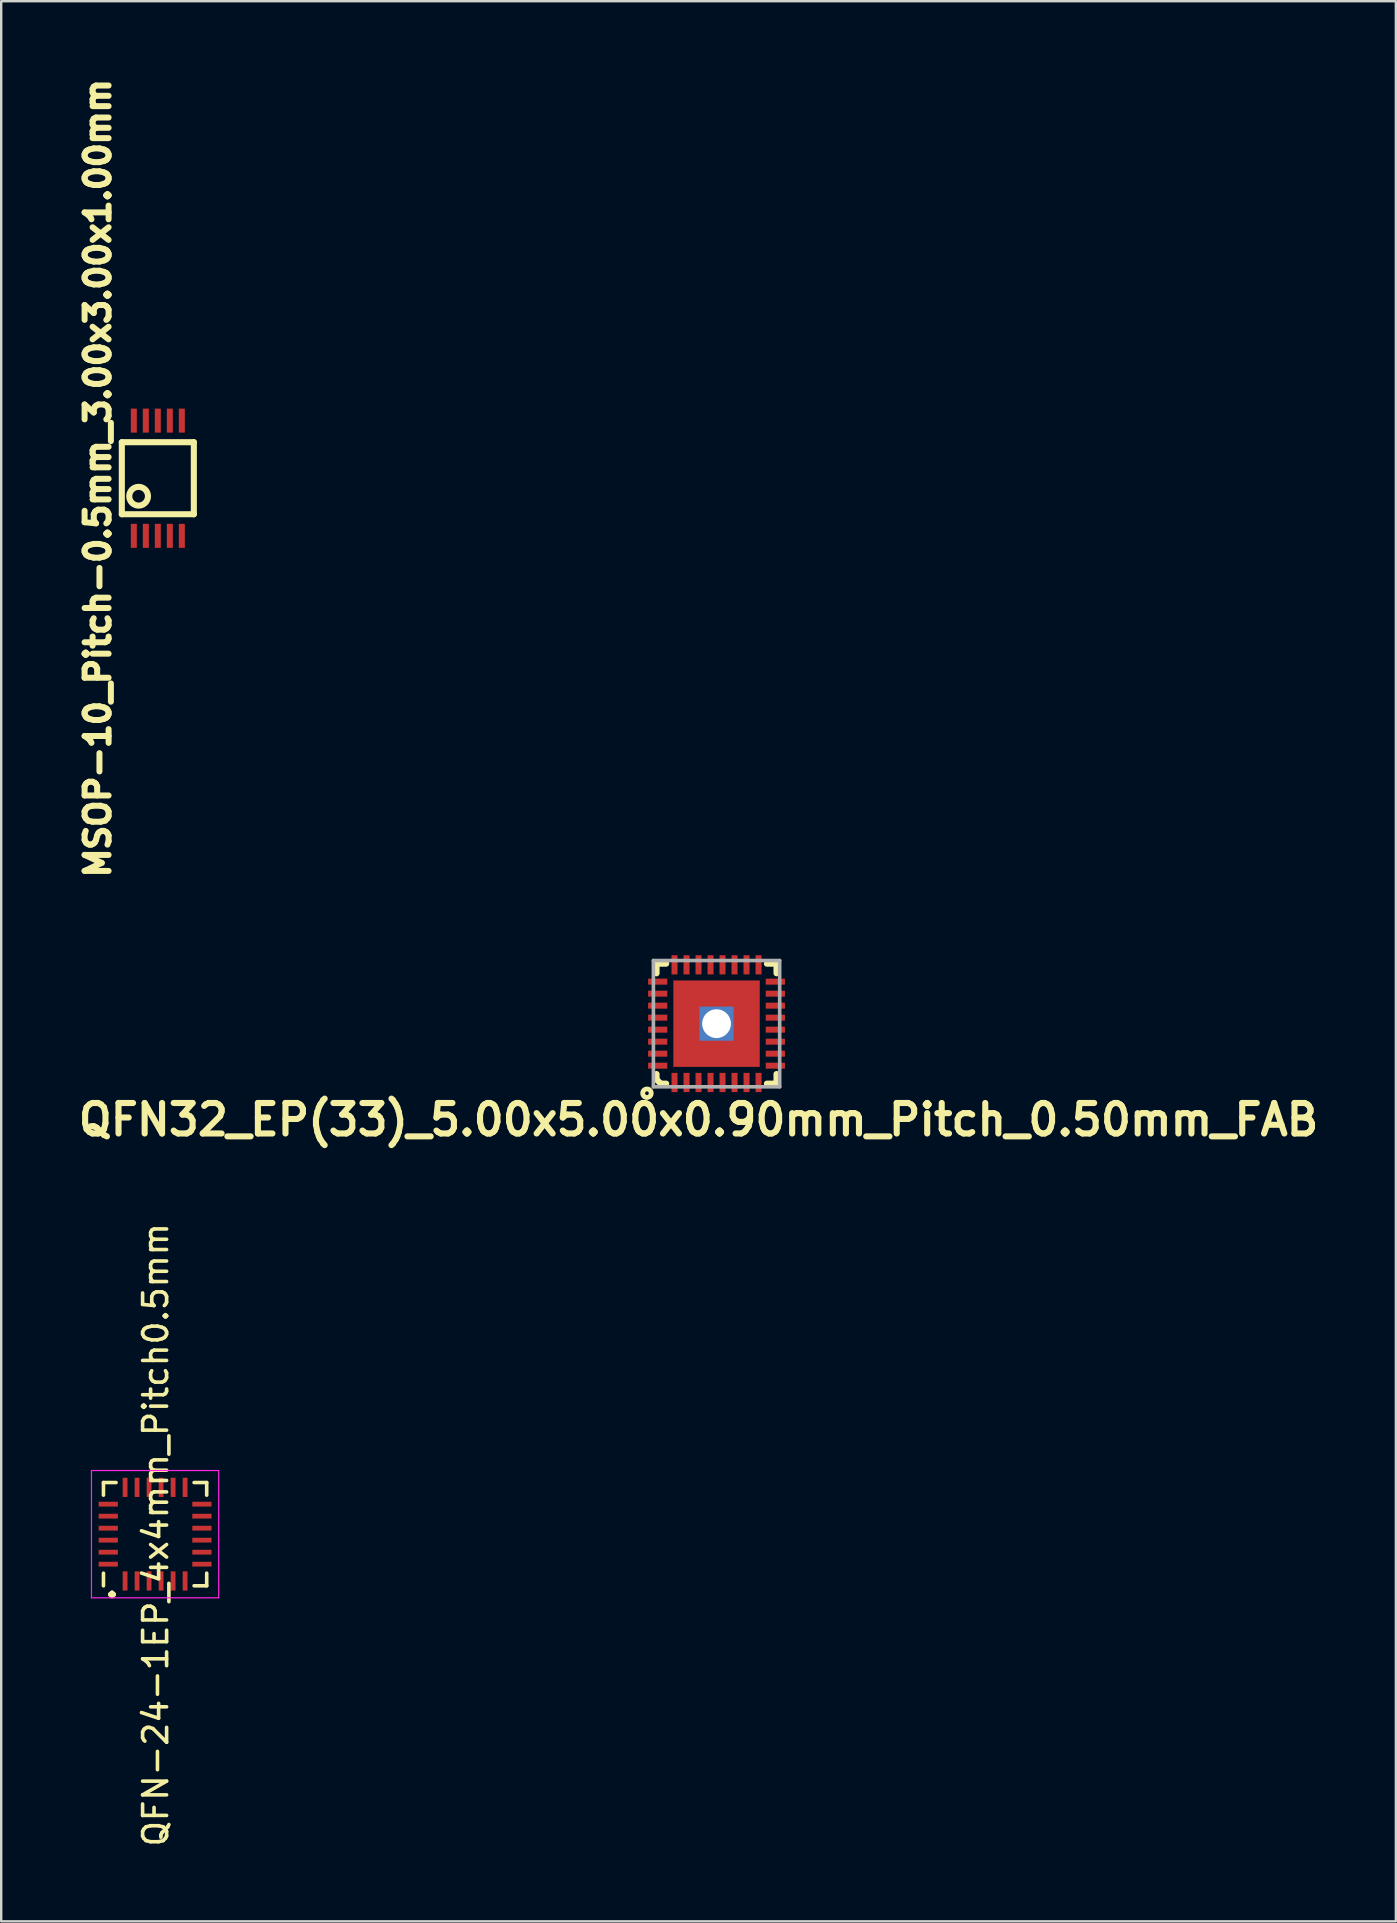
<source format=kicad_pcb>
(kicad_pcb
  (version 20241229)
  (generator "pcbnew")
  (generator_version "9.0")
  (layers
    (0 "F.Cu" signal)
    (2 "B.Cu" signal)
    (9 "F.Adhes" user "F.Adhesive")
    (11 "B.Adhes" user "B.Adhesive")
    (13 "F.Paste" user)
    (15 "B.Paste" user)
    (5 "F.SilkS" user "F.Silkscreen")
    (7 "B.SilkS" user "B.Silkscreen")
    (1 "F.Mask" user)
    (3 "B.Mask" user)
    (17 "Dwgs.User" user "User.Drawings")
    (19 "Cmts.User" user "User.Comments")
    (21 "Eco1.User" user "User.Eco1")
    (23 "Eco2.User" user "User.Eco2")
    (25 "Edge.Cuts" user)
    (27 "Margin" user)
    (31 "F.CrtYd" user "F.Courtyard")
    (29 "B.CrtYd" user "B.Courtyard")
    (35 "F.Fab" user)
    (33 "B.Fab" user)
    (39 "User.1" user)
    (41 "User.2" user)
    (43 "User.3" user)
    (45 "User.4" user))
  (footprint "MSOP-10_Pitch-0.5mm_3.00x3.00x1.00mm"
    (layer "F.Cu")
    (at 3.524 16.87)
    (property "Reference" "MSOP-10_Pitch-0.5mm_3.00x3.00x1.00mm" (at -2.5 0 90) (layer "F.SilkS") (effects (font (size 1 1) (thickness 0.25))))
    (attr through_hole)
    (fp_line (start -1.5 -1.5) (end -1.5 1.5) (stroke (width 0.254) (type solid)) (layer "F.SilkS"))
    (fp_line (start 1.5 -1.5) (end -1.5 -1.5) (stroke (width 0.254) (type solid)) (layer "F.SilkS"))
    (fp_line (start 1.5 1.5) (end -1.5 1.5) (stroke (width 0.254) (type solid)) (layer "F.SilkS"))
    (fp_line (start 1.5 1.5) (end 1.5 -1.5) (stroke (width 0.254) (type solid)) (layer "F.SilkS"))
    (fp_circle (center -0.8 0.75) (end -0.5 1) (stroke (width 0.254) (type solid)) (fill no) (layer "F.SilkS"))
    (pad "1" smd rect (at -1 2.4) (size 0.25 1) (layers "F.Cu" "F.Mask" "F.Paste"))
    (pad "2" smd rect (at -0.5 2.4) (size 0.25 1) (layers "F.Cu" "F.Mask" "F.Paste"))
    (pad "3" smd rect (at 0 2.4) (size 0.25 1) (layers "F.Cu" "F.Mask" "F.Paste"))
    (pad "4" smd rect (at 0.5 2.4) (size 0.25 1) (layers "F.Cu" "F.Mask" "F.Paste"))
    (pad "5" smd rect (at 1 2.4) (size 0.25 1) (layers "F.Cu" "F.Mask" "F.Paste"))
    (pad "6" smd rect (at 1 -2.4) (size 0.25 1) (layers "F.Cu" "F.Mask" "F.Paste"))
    (pad "7" smd rect (at 0.5 -2.4) (size 0.25 1) (layers "F.Cu" "F.Mask" "F.Paste"))
    (pad "8" smd rect (at 0 -2.4) (size 0.25 1) (layers "F.Cu" "F.Mask" "F.Paste"))
    (pad "9" smd rect (at -0.5 -2.4) (size 0.25 1) (layers "F.Cu" "F.Mask" "F.Paste"))
    (pad "10" smd rect (at -1 -2.4) (size 0.25 1) (layers "F.Cu" "F.Mask" "F.Paste")))
  (footprint "QFN-24-1EP_4x4mm_Pitch0.5mm"
    (layer "F.Cu")
    (at 3.41 60.855)
    (property "Reference" "QFN-24-1EP_4x4mm_Pitch0.5mm" (at 0.025 0.025 90) (layer "F.SilkS") (effects (font (size 1 1) (thickness 0.15))))
    (attr smd)
    (fp_line (start -2.15 -2.15) (end -2.15 -1.625) (stroke (width 0.15) (type solid)) (layer "F.SilkS"))
    (fp_line (start -2.15 -2.15) (end -1.625 -2.15) (stroke (width 0.15) (type solid)) (layer "F.SilkS"))
    (fp_line (start -2.15 2.15) (end -2.15 1.625) (stroke (width 0.15) (type solid)) (layer "F.SilkS"))
    (fp_line (start 2.15 -2.15) (end 1.625 -2.15) (stroke (width 0.15) (type solid)) (layer "F.SilkS"))
    (fp_line (start 2.15 -2.15) (end 2.15 -1.625) (stroke (width 0.15) (type solid)) (layer "F.SilkS"))
    (fp_line (start 2.15 2.15) (end 1.625 2.15) (stroke (width 0.15) (type solid)) (layer "F.SilkS"))
    (fp_line (start 2.15 2.15) (end 2.15 1.625) (stroke (width 0.15) (type solid)) (layer "F.SilkS"))
    (fp_line (start -2.65 -2.65) (end 2.65 -2.65) (stroke (width 0.05) (type solid)) (layer "F.CrtYd"))
    (fp_line (start -2.65 2.65) (end -2.65 -2.65) (stroke (width 0.05) (type solid)) (layer "F.CrtYd"))
    (fp_line (start -2.65 2.65) (end 2.65 2.65) (stroke (width 0.05) (type solid)) (layer "F.CrtYd"))
    (fp_line (start 2.65 2.65) (end 2.65 -2.65) (stroke (width 0.05) (type solid)) (layer "F.CrtYd"))
    (fp_text user "." (at -2.31 2.51 90) (layer "F.SilkS") (effects (font (size 1.27 1.27) (thickness 0.203))))
    (pad "1" smd rect (at -1.25 1.95 90) (size 0.8 0.2) (layers "F.Cu" "F.Mask" "F.Paste"))
    (pad "2" smd rect (at -0.75 1.95 90) (size 0.8 0.2) (layers "F.Cu" "F.Mask" "F.Paste"))
    (pad "3" smd rect (at -0.25 1.95 90) (size 0.8 0.2) (layers "F.Cu" "F.Mask" "F.Paste"))
    (pad "4" smd rect (at 0.25 1.95 90) (size 0.8 0.2) (layers "F.Cu" "F.Mask" "F.Paste"))
    (pad "5" smd rect (at 0.75 1.95 90) (size 0.8 0.2) (layers "F.Cu" "F.Mask" "F.Paste"))
    (pad "6" smd rect (at 1.25 1.95 90) (size 0.8 0.2) (layers "F.Cu" "F.Mask" "F.Paste"))
    (pad "7" smd rect (at 1.95 1.25 180) (size 0.8 0.2) (layers "F.Cu" "F.Mask" "F.Paste"))
    (pad "8" smd rect (at 1.95 0.75 180) (size 0.8 0.2) (layers "F.Cu" "F.Mask" "F.Paste"))
    (pad "9" smd rect (at 1.95 0.25 180) (size 0.8 0.2) (layers "F.Cu" "F.Mask" "F.Paste"))
    (pad "10" smd rect (at 1.95 -0.25 180) (size 0.8 0.2) (layers "F.Cu" "F.Mask" "F.Paste"))
    (pad "11" smd rect (at 1.95 -0.75 180) (size 0.8 0.2) (layers "F.Cu" "F.Mask" "F.Paste"))
    (pad "12" smd rect (at 1.95 -1.25 180) (size 0.8 0.2) (layers "F.Cu" "F.Mask" "F.Paste"))
    (pad "13" smd rect (at 1.25 -1.95 90) (size 0.8 0.2) (layers "F.Cu" "F.Mask" "F.Paste"))
    (pad "14" smd rect (at 0.75 -1.95 90) (size 0.8 0.2) (layers "F.Cu" "F.Mask" "F.Paste"))
    (pad "15" smd rect (at 0.25 -1.95 90) (size 0.8 0.2) (layers "F.Cu" "F.Mask" "F.Paste"))
    (pad "16" smd rect (at -0.25 -1.95 90) (size 0.8 0.2) (layers "F.Cu" "F.Mask" "F.Paste"))
    (pad "17" smd rect (at -0.75 -1.95 90) (size 0.8 0.2) (layers "F.Cu" "F.Mask" "F.Paste"))
    (pad "18" smd rect (at -1.25 -1.95 90) (size 0.8 0.2) (layers "F.Cu" "F.Mask" "F.Paste"))
    (pad "19" smd rect (at -1.95 -1.25 180) (size 0.8 0.2) (layers "F.Cu" "F.Mask" "F.Paste"))
    (pad "20" smd rect (at -1.95 -0.75 180) (size 0.8 0.2) (layers "F.Cu" "F.Mask" "F.Paste"))
    (pad "21" smd rect (at -1.95 -0.25 180) (size 0.8 0.2) (layers "F.Cu" "F.Mask" "F.Paste"))
    (pad "22" smd rect (at -1.95 0.25 180) (size 0.8 0.2) (layers "F.Cu" "F.Mask" "F.Paste"))
    (pad "23" smd rect (at -1.95 0.75 180) (size 0.8 0.2) (layers "F.Cu" "F.Mask" "F.Paste"))
    (pad "24" smd rect (at -1.95 1.25 180) (size 0.8 0.2) (layers "F.Cu" "F.Mask" "F.Paste")))
  (footprint "QFN32_EP(33)_5.00x5.00x0.90mm_Pitch_0.50mm_FAB"
    (layer "F.Cu")
    (at 26.797 39.59)
    (property "Reference" "QFN32_EP(33)_5.00x5.00x0.90mm_Pitch_0.50mm_FAB" (at -0.75 4 0) (layer "F.SilkS") (effects (font (size 1.27 1.27) (thickness 0.254))))
    (attr smd)
    (fp_line (start -2.499 -2.499) (end -2.499 -2.098) (stroke (width 0.254) (type solid)) (layer "F.SilkS"))
    (fp_line (start -2.499 2.098) (end -2.499 2.324) (stroke (width 0.254) (type solid)) (layer "F.SilkS"))
    (fp_line (start -2.499 2.324) (end -2.324 2.499) (stroke (width 0.254) (type solid)) (layer "F.SilkS"))
    (fp_line (start -2.324 2.499) (end -2.098 2.499) (stroke (width 0.254) (type solid)) (layer "F.SilkS"))
    (fp_line (start -2.098 -2.499) (end -2.499 -2.499) (stroke (width 0.254) (type solid)) (layer "F.SilkS"))
    (fp_line (start 2.098 2.499) (end 2.499 2.499) (stroke (width 0.254) (type solid)) (layer "F.SilkS"))
    (fp_line (start 2.499 -2.499) (end 2.098 -2.499) (stroke (width 0.254) (type solid)) (layer "F.SilkS"))
    (fp_line (start 2.499 -2.098) (end 2.499 -2.499) (stroke (width 0.254) (type solid)) (layer "F.SilkS"))
    (fp_line (start 2.499 2.499) (end 2.499 2.098) (stroke (width 0.254) (type solid)) (layer "F.SilkS"))
    (fp_circle (center -2.898 2.898) (end -3.023 3.023) (stroke (width 0.2) (type solid)) (fill no) (layer "F.SilkS"))
    (fp_line (start -1.6 -1.6) (end -1.6 -0.8) (stroke (width 0.2) (type solid)) (layer "F.Paste"))
    (fp_line (start -1.6 -0.8) (end -0.8 -0.8) (stroke (width 0.2) (type solid)) (layer "F.Paste"))
    (fp_line (start -1.6 -0.2) (end -0.8 -0.2) (stroke (width 0.2) (type solid)) (layer "F.Paste"))
    (fp_line (start -1.6 -0.1) (end -0.8 -0.1) (stroke (width 0.2) (type solid)) (layer "F.Paste"))
    (fp_line (start -1.6 0) (end -0.8 0) (stroke (width 0.2) (type solid)) (layer "F.Paste"))
    (fp_line (start -1.6 0.1) (end -0.8 0.1) (stroke (width 0.2) (type solid)) (layer "F.Paste"))
    (fp_line (start -1.6 0.2) (end -1.6 -0.2) (stroke (width 0.2) (type solid)) (layer "F.Paste"))
    (fp_line (start -1.6 0.8) (end -1.6 1.6) (stroke (width 0.2) (type solid)) (layer "F.Paste"))
    (fp_line (start -1.6 1.6) (end -0.8 1.6) (stroke (width 0.2) (type solid)) (layer "F.Paste"))
    (fp_line (start -1.5 -1.6) (end -1.5 -0.8) (stroke (width 0.2) (type solid)) (layer "F.Paste"))
    (fp_line (start -1.5 0.8) (end -1.5 1.6) (stroke (width 0.2) (type solid)) (layer "F.Paste"))
    (fp_line (start -1.4 -1.6) (end -1.4 -0.8) (stroke (width 0.2) (type solid)) (layer "F.Paste"))
    (fp_line (start -1.4 0.8) (end -1.4 1.6) (stroke (width 0.2) (type solid)) (layer "F.Paste"))
    (fp_line (start -1.3 -1.6) (end -1.3 -0.8) (stroke (width 0.2) (type solid)) (layer "F.Paste"))
    (fp_line (start -1.3 0.8) (end -1.3 1.6) (stroke (width 0.2) (type solid)) (layer "F.Paste"))
    (fp_line (start -1.2 -1.6) (end -1.2 -0.8) (stroke (width 0.2) (type solid)) (layer "F.Paste"))
    (fp_line (start -1.2 0.8) (end -1.2 1.6) (stroke (width 0.2) (type solid)) (layer "F.Paste"))
    (fp_line (start -1.1 -1.6) (end -1.1 -0.8) (stroke (width 0.2) (type solid)) (layer "F.Paste"))
    (fp_line (start -1.1 0.8) (end -1.1 1.6) (stroke (width 0.2) (type solid)) (layer "F.Paste"))
    (fp_line (start -1 -1.6) (end -1 -0.8) (stroke (width 0.2) (type solid)) (layer "F.Paste"))
    (fp_line (start -1 0.8) (end -1 1.6) (stroke (width 0.2) (type solid)) (layer "F.Paste"))
    (fp_line (start -0.9 -1.6) (end -0.9 -0.8) (stroke (width 0.2) (type solid)) (layer "F.Paste"))
    (fp_line (start -0.9 0.8) (end -0.9 1.6) (stroke (width 0.2) (type solid)) (layer "F.Paste"))
    (fp_line (start -0.8 -1.6) (end -1.6 -1.6) (stroke (width 0.2) (type solid)) (layer "F.Paste"))
    (fp_line (start -0.8 -0.8) (end -0.8 -1.6) (stroke (width 0.2) (type solid)) (layer "F.Paste"))
    (fp_line (start -0.8 -0.2) (end -0.8 0.2) (stroke (width 0.2) (type solid)) (layer "F.Paste"))
    (fp_line (start -0.8 0.2) (end -1.6 0.2) (stroke (width 0.2) (type solid)) (layer "F.Paste"))
    (fp_line (start -0.8 0.8) (end -1.6 0.8) (stroke (width 0.2) (type solid)) (layer "F.Paste"))
    (fp_line (start -0.8 1.6) (end -0.8 0.8) (stroke (width 0.2) (type solid)) (layer "F.Paste"))
    (fp_line (start -0.2 -1.6) (end -0.2 -0.8) (stroke (width 0.2) (type solid)) (layer "F.Paste"))
    (fp_line (start -0.2 -0.8) (end 0.2 -0.8) (stroke (width 0.2) (type solid)) (layer "F.Paste"))
    (fp_line (start -0.2 0.8) (end -0.2 1.6) (stroke (width 0.2) (type solid)) (layer "F.Paste"))
    (fp_line (start -0.2 1.6) (end 0.2 1.6) (stroke (width 0.2) (type solid)) (layer "F.Paste"))
    (fp_line (start -0.1 -1.6) (end -0.1 -0.8) (stroke (width 0.2) (type solid)) (layer "F.Paste"))
    (fp_line (start -0.1 0.8) (end -0.1 1.6) (stroke (width 0.2) (type solid)) (layer "F.Paste"))
    (fp_line (start 0 -0.8) (end 0 -1.6) (stroke (width 0.2) (type solid)) (layer "F.Paste"))
    (fp_line (start 0 1.6) (end 0 0.8) (stroke (width 0.2) (type solid)) (layer "F.Paste"))
    (fp_line (start 0.1 -1.6) (end 0.1 -0.8) (stroke (width 0.2) (type solid)) (layer "F.Paste"))
    (fp_line (start 0.1 0.8) (end 0.1 1.6) (stroke (width 0.2) (type solid)) (layer "F.Paste"))
    (fp_line (start 0.2 -1.6) (end -0.2 -1.6) (stroke (width 0.2) (type solid)) (layer "F.Paste"))
    (fp_line (start 0.2 -0.8) (end 0.2 -1.6) (stroke (width 0.2) (type solid)) (layer "F.Paste"))
    (fp_line (start 0.2 0.8) (end -0.2 0.8) (stroke (width 0.2) (type solid)) (layer "F.Paste"))
    (fp_line (start 0.2 1.6) (end 0.2 0.8) (stroke (width 0.2) (type solid)) (layer "F.Paste"))
    (fp_line (start 0.8 -1.6) (end 0.8 -0.8) (stroke (width 0.2) (type solid)) (layer "F.Paste"))
    (fp_line (start 0.8 -0.8) (end 1.6 -0.8) (stroke (width 0.2) (type solid)) (layer "F.Paste"))
    (fp_line (start 0.8 -0.2) (end 1.6 -0.2) (stroke (width 0.2) (type solid)) (layer "F.Paste"))
    (fp_line (start 0.8 -0.1) (end 1.6 -0.1) (stroke (width 0.2) (type solid)) (layer "F.Paste"))
    (fp_line (start 0.8 0) (end 1.6 0) (stroke (width 0.2) (type solid)) (layer "F.Paste"))
    (fp_line (start 0.8 0.1) (end 1.6 0.1) (stroke (width 0.2) (type solid)) (layer "F.Paste"))
    (fp_line (start 0.8 0.2) (end 0.8 -0.2) (stroke (width 0.2) (type solid)) (layer "F.Paste"))
    (fp_line (start 0.8 0.8) (end 0.8 1.6) (stroke (width 0.2) (type solid)) (layer "F.Paste"))
    (fp_line (start 0.8 1.6) (end 1.6 1.6) (stroke (width 0.2) (type solid)) (layer "F.Paste"))
    (fp_line (start 0.9 -1.6) (end 0.9 -0.8) (stroke (width 0.2) (type solid)) (layer "F.Paste"))
    (fp_line (start 0.9 0.8) (end 0.9 1.6) (stroke (width 0.2) (type solid)) (layer "F.Paste"))
    (fp_line (start 1 -1.6) (end 1 -0.8) (stroke (width 0.2) (type solid)) (layer "F.Paste"))
    (fp_line (start 1 0.8) (end 1 1.6) (stroke (width 0.2) (type solid)) (layer "F.Paste"))
    (fp_line (start 1.1 -1.6) (end 1.1 -0.8) (stroke (width 0.2) (type solid)) (layer "F.Paste"))
    (fp_line (start 1.1 0.8) (end 1.1 1.6) (stroke (width 0.2) (type solid)) (layer "F.Paste"))
    (fp_line (start 1.2 -1.6) (end 1.2 -0.8) (stroke (width 0.2) (type solid)) (layer "F.Paste"))
    (fp_line (start 1.2 0.8) (end 1.2 1.6) (stroke (width 0.2) (type solid)) (layer "F.Paste"))
    (fp_line (start 1.3 -1.6) (end 1.3 -0.8) (stroke (width 0.2) (type solid)) (layer "F.Paste"))
    (fp_line (start 1.3 0.8) (end 1.3 1.6) (stroke (width 0.2) (type solid)) (layer "F.Paste"))
    (fp_line (start 1.4 -1.6) (end 1.4 -0.8) (stroke (width 0.2) (type solid)) (layer "F.Paste"))
    (fp_line (start 1.4 0.8) (end 1.4 1.6) (stroke (width 0.2) (type solid)) (layer "F.Paste"))
    (fp_line (start 1.5 -1.6) (end 1.5 -0.8) (stroke (width 0.2) (type solid)) (layer "F.Paste"))
    (fp_line (start 1.5 0.8) (end 1.5 1.6) (stroke (width 0.2) (type solid)) (layer "F.Paste"))
    (fp_line (start 1.6 -1.6) (end 0.8 -1.6) (stroke (width 0.2) (type solid)) (layer "F.Paste"))
    (fp_line (start 1.6 -0.8) (end 1.6 -1.6) (stroke (width 0.2) (type solid)) (layer "F.Paste"))
    (fp_line (start 1.6 -0.2) (end 1.6 0.2) (stroke (width 0.2) (type solid)) (layer "F.Paste"))
    (fp_line (start 1.6 0.2) (end 0.8 0.2) (stroke (width 0.2) (type solid)) (layer "F.Paste"))
    (fp_line (start 1.6 0.8) (end 0.8 0.8) (stroke (width 0.2) (type solid)) (layer "F.Paste"))
    (fp_line (start 1.6 1.6) (end 1.6 0.8) (stroke (width 0.2) (type solid)) (layer "F.Paste"))
    (fp_line (start -2.63 -2.63) (end 2.63 -2.63) (stroke (width 0.15) (type solid)) (layer "F.Fab"))
    (fp_line (start -2.63 2.63) (end -2.63 -2.63) (stroke (width 0.15) (type solid)) (layer "F.Fab"))
    (fp_line (start 2.63 -2.63) (end 2.63 2.63) (stroke (width 0.15) (type solid)) (layer "F.Fab"))
    (fp_line (start 2.63 2.63) (end -2.63 2.63) (stroke (width 0.15) (type solid)) (layer "F.Fab"))
    (pad "1" smd rect (at -1.75 2.45 90) (size 0.8 0.25) (layers "F.Cu" "F.Mask" "F.Paste"))
    (pad "2" smd rect (at -1.25 2.45 90) (size 0.8 0.25) (layers "F.Cu" "F.Mask" "F.Paste"))
    (pad "3" smd rect (at -0.75 2.45 90) (size 0.8 0.25) (layers "F.Cu" "F.Mask" "F.Paste"))
    (pad "4" smd rect (at -0.25 2.45 90) (size 0.8 0.25) (layers "F.Cu" "F.Mask" "F.Paste"))
    (pad "5" smd rect (at 0.25 2.45 90) (size 0.8 0.25) (layers "F.Cu" "F.Mask" "F.Paste"))
    (pad "6" smd rect (at 0.75 2.45 90) (size 0.8 0.25) (layers "F.Cu" "F.Mask" "F.Paste"))
    (pad "7" smd rect (at 1.25 2.45 90) (size 0.8 0.25) (layers "F.Cu" "F.Mask" "F.Paste"))
    (pad "8" smd rect (at 1.75 2.45 90) (size 0.8 0.25) (layers "F.Cu" "F.Mask" "F.Paste"))
    (pad "9" smd rect (at 2.45 1.75 180) (size 0.8 0.25) (layers "F.Cu" "F.Mask" "F.Paste"))
    (pad "10" smd rect (at 2.45 1.25 180) (size 0.8 0.25) (layers "F.Cu" "F.Mask" "F.Paste"))
    (pad "11" smd rect (at 2.45 0.75 180) (size 0.8 0.25) (layers "F.Cu" "F.Mask" "F.Paste"))
    (pad "12" smd rect (at 2.45 0.25 180) (size 0.8 0.25) (layers "F.Cu" "F.Mask" "F.Paste"))
    (pad "13" smd rect (at 2.45 -0.25 180) (size 0.8 0.25) (layers "F.Cu" "F.Mask" "F.Paste"))
    (pad "14" smd rect (at 2.45 -0.75 180) (size 0.8 0.25) (layers "F.Cu" "F.Mask" "F.Paste"))
    (pad "15" smd rect (at 2.45 -1.25 180) (size 0.8 0.25) (layers "F.Cu" "F.Mask" "F.Paste"))
    (pad "16" smd rect (at 2.45 -1.75 180) (size 0.8 0.25) (layers "F.Cu" "F.Mask" "F.Paste"))
    (pad "17" smd rect (at 1.75 -2.45 270) (size 0.8 0.25) (layers "F.Cu" "F.Mask" "F.Paste"))
    (pad "18" smd rect (at 1.25 -2.45 270) (size 0.8 0.25) (layers "F.Cu" "F.Mask" "F.Paste"))
    (pad "19" smd rect (at 0.75 -2.45 270) (size 0.8 0.25) (layers "F.Cu" "F.Mask" "F.Paste"))
    (pad "20" smd rect (at 0.25 -2.45 270) (size 0.8 0.25) (layers "F.Cu" "F.Mask" "F.Paste"))
    (pad "21" smd rect (at -0.25 -2.45 270) (size 0.8 0.25) (layers "F.Cu" "F.Mask" "F.Paste"))
    (pad "22" smd rect (at -0.75 -2.45 270) (size 0.8 0.25) (layers "F.Cu" "F.Mask" "F.Paste"))
    (pad "23" smd rect (at -1.25 -2.45 270) (size 0.8 0.25) (layers "F.Cu" "F.Mask" "F.Paste"))
    (pad "24" smd rect (at -1.75 -2.45 270) (size 0.8 0.25) (layers "F.Cu" "F.Mask" "F.Paste"))
    (pad "25" smd rect (at -2.45 -1.75) (size 0.8 0.25) (layers "F.Cu" "F.Mask" "F.Paste"))
    (pad "26" smd rect (at -2.45 -1.25) (size 0.8 0.25) (layers "F.Cu" "F.Mask" "F.Paste"))
    (pad "27" smd rect (at -2.45 -0.75) (size 0.8 0.25) (layers "F.Cu" "F.Mask" "F.Paste"))
    (pad "28" smd rect (at -2.45 -0.25) (size 0.8 0.25) (layers "F.Cu" "F.Mask" "F.Paste"))
    (pad "29" smd rect (at -2.45 0.25) (size 0.8 0.25) (layers "F.Cu" "F.Mask" "F.Paste"))
    (pad "30" smd rect (at -2.45 0.75) (size 0.8 0.25) (layers "F.Cu" "F.Mask" "F.Paste"))
    (pad "31" smd rect (at -2.45 1.25) (size 0.8 0.25) (layers "F.Cu" "F.Mask" "F.Paste"))
    (pad "32" smd rect (at -2.45 1.75) (size 0.8 0.25) (layers "F.Cu" "F.Mask" "F.Paste"))
    (pad "33" thru_hole rect (at 0 0) (size 1.422 1.422) (drill 1.2) (layers "*.Cu" "*.Mask"))
    (pad "33" smd rect (at 0 0) (size 3.6 3.6) (layers "F.Cu" "F.Mask")))
  (gr_rect
    (start -3 -3)
    (end 55.094 76.982)
    (stroke (width 0.1) (type default))
    (fill no)
    (layer "Edge.Cuts")))
</source>
